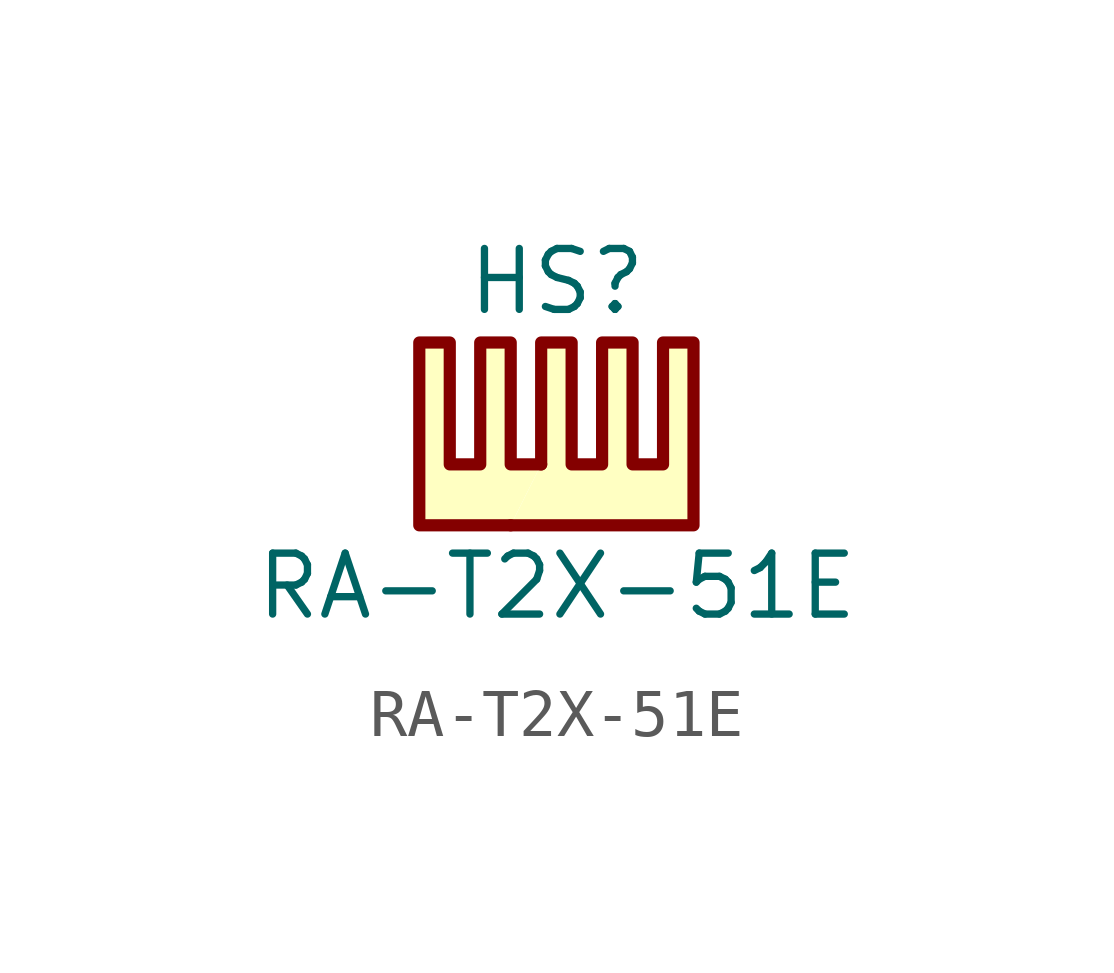
<source format=kicad_sym>
(kicad_symbol_lib
  (version 20220914)
  (generator kicad_symbol_editor)
  (symbol "RA-T2X-51E"
    (pin_names
      (offset 1.016))
    (property "Reference" "HS"
      (at 0 5.08 0)
      (effects (font (size 1.27 1.27))))
    (property "Value" "RA-T2X-51E"
      (at 0 -1.27 0)
      (effects (font (size 1.27 1.27))))
    (symbol "RA-T2X-51E_0_1"
      (polyline (pts (xy -0.33 1.27) (xy -0.965 1.27) (xy -0.965 3.81) (xy -1.6 3.81) (xy -1.6 1.27) (xy -2.235 1.27) (xy -2.235 3.81) (xy -2.87 3.81) (xy -2.87 0) (xy -0.965 0)) (stroke (width 0.254) (type default)) (fill (type background)))
      (polyline (pts (xy -0.33 1.27) (xy -0.33 3.81) (xy 0.305 3.81) (xy 0.305 1.27) (xy 0.94 1.27) (xy 0.94 3.81) (xy 1.575 3.81) (xy 1.575 1.27) (xy 2.21 1.27) (xy 2.21 3.81) (xy 2.845 3.81) (xy 2.845 0) (xy -0.965 0)) (stroke (width 0.254) (type default)) (fill (type background))))))
</source>
